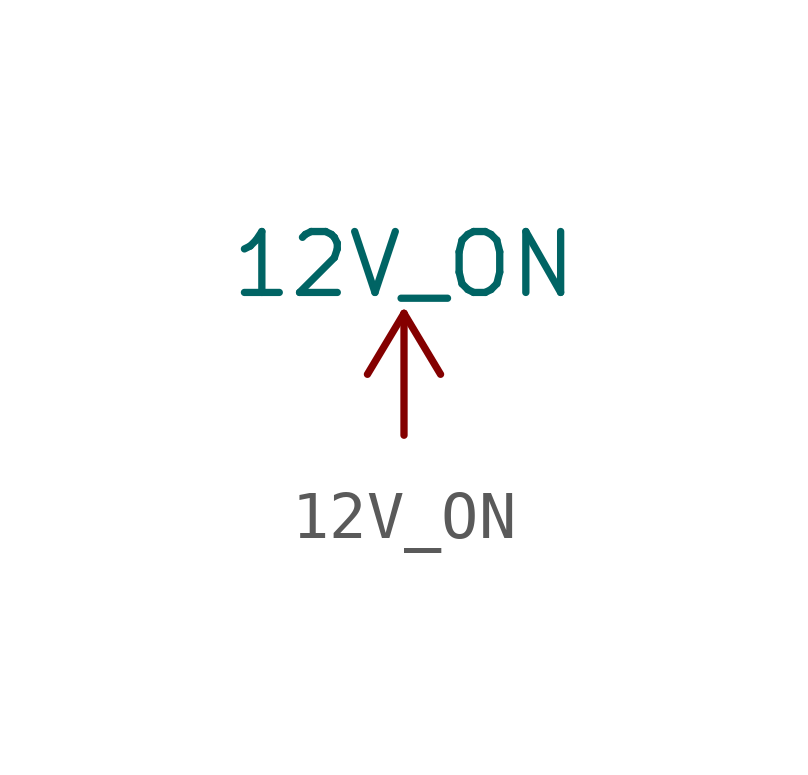
<source format=kicad_sym>
(kicad_symbol_lib
  (version 20211014)
  (generator kicad_symbol_editor)
  (symbol "12V_ON"
    (power)
    (pin_names
      (offset 0))
    (property "Reference" "#PWR"
      (at 0 -3.81 0)
      (effects (font (size 1.27 1.27)) hide))
    (property "Value" "12V_ON"
      (at 0 3.556 0)
      (effects (font (size 1.27 1.27))))
    (symbol "12V_ON_0_1"
      (polyline (pts (xy -0.762 1.27) (xy 0 2.54)) (stroke (width 0) (type default) (color 0 0 0 0)) (fill (type none)))
      (polyline (pts (xy 0 0) (xy 0 2.54)) (stroke (width 0) (type default) (color 0 0 0 0)) (fill (type none)))
      (polyline (pts (xy 0 2.54) (xy 0.762 1.27)) (stroke (width 0) (type default) (color 0 0 0 0)) (fill (type none))))
    (symbol "12V_ON_1_1"
      (pin power_in line (at 0 0 90) (length 0) hide (name "12V_ON" (effects (font (size 1.27 1.27)))) (number "1" (effects (font (size 1.27 1.27))))))))
</source>
